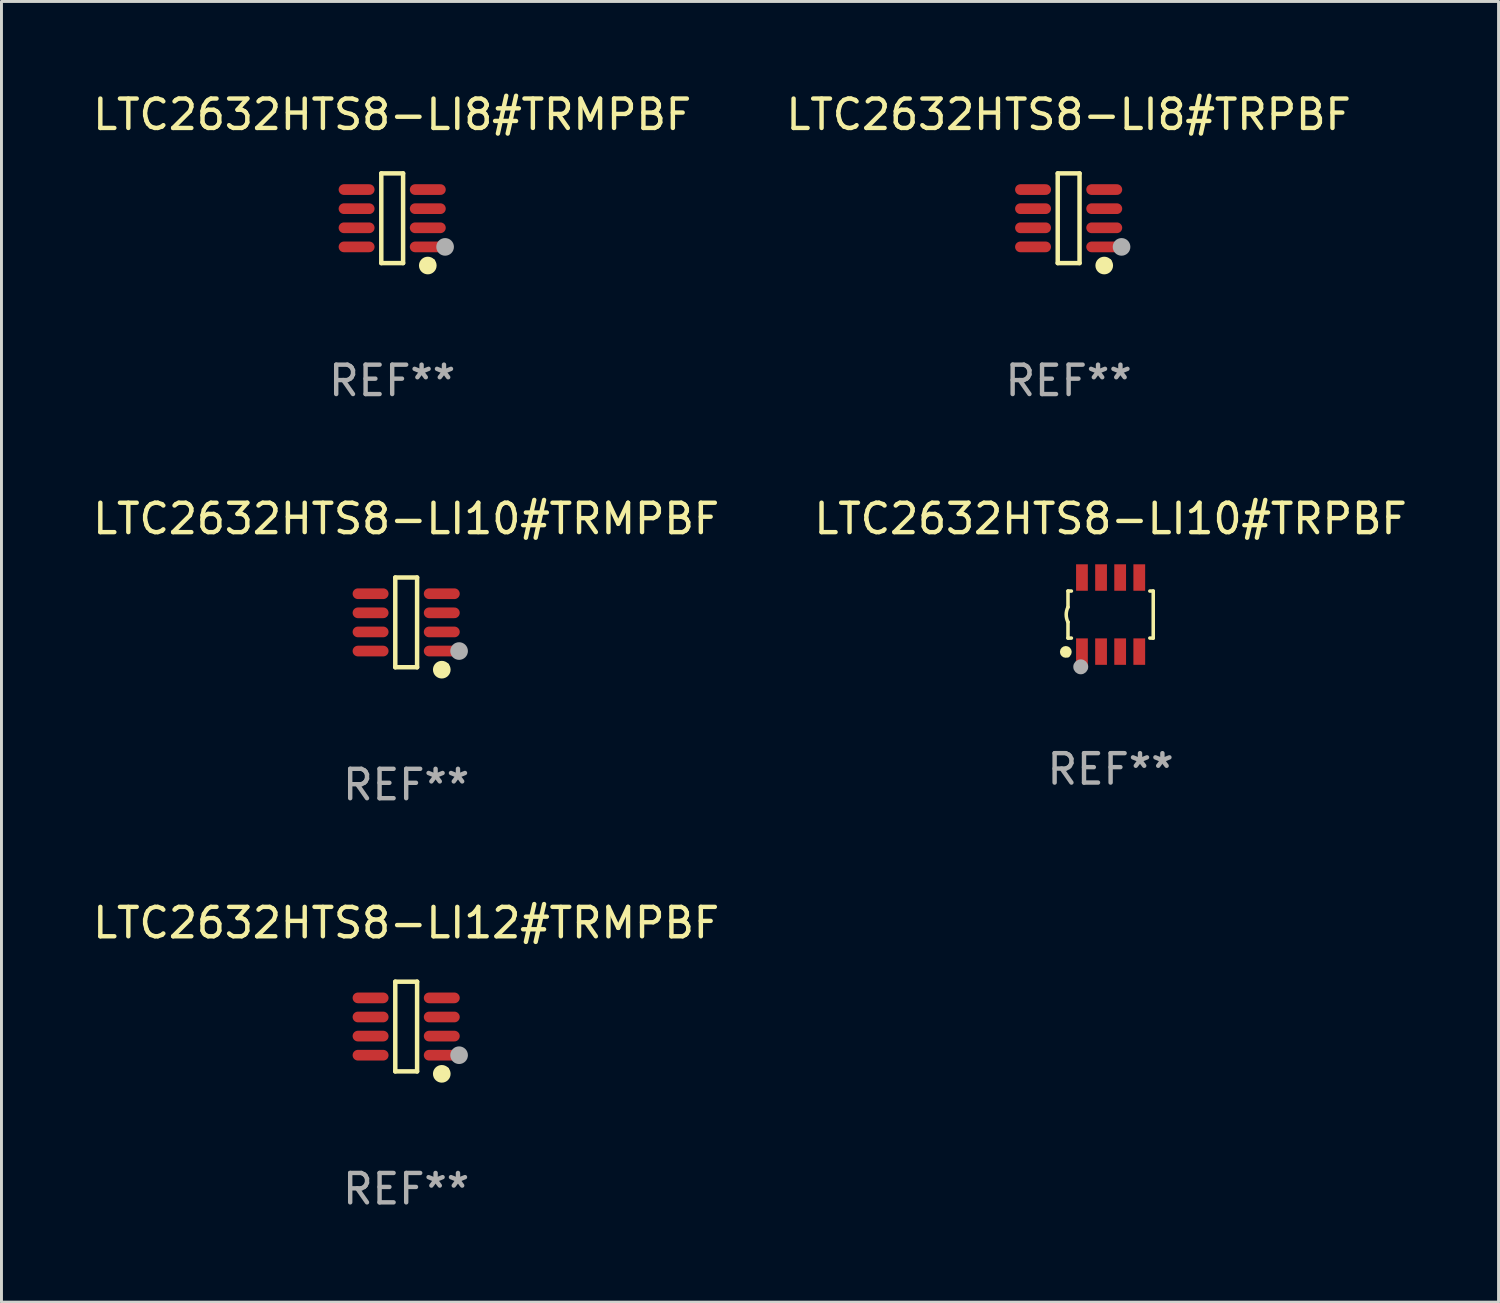
<source format=kicad_pcb>
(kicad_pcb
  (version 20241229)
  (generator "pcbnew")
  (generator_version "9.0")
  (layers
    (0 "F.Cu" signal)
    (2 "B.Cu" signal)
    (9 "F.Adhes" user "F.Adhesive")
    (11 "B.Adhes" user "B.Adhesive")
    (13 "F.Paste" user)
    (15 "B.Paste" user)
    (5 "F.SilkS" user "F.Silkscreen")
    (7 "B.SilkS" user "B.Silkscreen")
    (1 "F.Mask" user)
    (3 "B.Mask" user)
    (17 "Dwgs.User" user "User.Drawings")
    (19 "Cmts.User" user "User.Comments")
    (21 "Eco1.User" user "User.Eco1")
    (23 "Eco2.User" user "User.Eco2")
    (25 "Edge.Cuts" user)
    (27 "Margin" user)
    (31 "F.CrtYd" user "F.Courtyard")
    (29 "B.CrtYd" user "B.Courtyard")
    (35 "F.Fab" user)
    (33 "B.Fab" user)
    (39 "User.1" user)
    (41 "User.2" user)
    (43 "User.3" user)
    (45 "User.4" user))
  (footprint "LTC2632HTS8-LI8#TRMPBF"
    (layer "F.Cu")
    (at 10.292 4.374)
    (property "Reference" "LTC2632HTS8-LI8#TRMPBF" (at 0 -3.526 0) (layer "F.SilkS") (effects (font (size 1 1) (thickness 0.15))))
    (attr through_hole)
    (fp_line (start -0.371 -1.526) (end 0.371 -1.526) (stroke (width 0.152) (type solid)) (layer "F.SilkS"))
    (fp_line (start -0.371 1.526) (end -0.371 -1.526) (stroke (width 0.152) (type solid)) (layer "F.SilkS"))
    (fp_line (start 0.371 -1.526) (end 0.371 1.526) (stroke (width 0.152) (type solid)) (layer "F.SilkS"))
    (fp_line (start 0.371 1.526) (end -0.371 1.526) (stroke (width 0.152) (type solid)) (layer "F.SilkS"))
    (fp_circle (center 1.211 1.609) (end 1.361 1.609) (stroke (width 0.3) (type solid)) (fill no) (layer "F.SilkS"))
    (fp_circle (center 1.4 1.45) (end 1.43 1.45) (stroke (width 0.06) (type solid)) (fill no) (layer "F.SilkS"))
    (fp_circle (center 1.8 0.975) (end 1.95 0.975) (stroke (width 0.3) (type solid)) (fill no) (layer "F.Fab"))
    (fp_text user "REF**" (at 0 5.526 0) (layer "F.Fab") (effects (font (size 1 1) (thickness 0.15))))
    (pad "1" smd oval (at 1.211 0.975) (size 1.222 0.364) (layers "F.Cu" "F.Mask" "F.Paste"))
    (pad "2" smd oval (at 1.211 0.325) (size 1.222 0.364) (layers "F.Cu" "F.Mask" "F.Paste"))
    (pad "3" smd oval (at 1.211 -0.325) (size 1.222 0.364) (layers "F.Cu" "F.Mask" "F.Paste"))
    (pad "4" smd oval (at 1.211 -0.975) (size 1.222 0.364) (layers "F.Cu" "F.Mask" "F.Paste"))
    (pad "5" smd oval (at -1.211 -0.975) (size 1.222 0.364) (layers "F.Cu" "F.Mask" "F.Paste"))
    (pad "6" smd oval (at -1.211 -0.325) (size 1.222 0.364) (layers "F.Cu" "F.Mask" "F.Paste"))
    (pad "7" smd oval (at -1.211 0.325) (size 1.222 0.364) (layers "F.Cu" "F.Mask" "F.Paste"))
    (pad "8" smd oval (at -1.211 0.975) (size 1.222 0.364) (layers "F.Cu" "F.Mask" "F.Paste")))
  (footprint "LTC2632HTS8-LI8#TRPBF"
    (layer "F.Cu")
    (at 33.304 4.374)
    (property "Reference" "LTC2632HTS8-LI8#TRPBF" (at 0 -3.526 0) (layer "F.SilkS") (effects (font (size 1 1) (thickness 0.15))))
    (attr through_hole)
    (fp_line (start -0.371 -1.526) (end 0.371 -1.526) (stroke (width 0.152) (type solid)) (layer "F.SilkS"))
    (fp_line (start -0.371 1.526) (end -0.371 -1.526) (stroke (width 0.152) (type solid)) (layer "F.SilkS"))
    (fp_line (start 0.371 -1.526) (end 0.371 1.526) (stroke (width 0.152) (type solid)) (layer "F.SilkS"))
    (fp_line (start 0.371 1.526) (end -0.371 1.526) (stroke (width 0.152) (type solid)) (layer "F.SilkS"))
    (fp_circle (center 1.211 1.609) (end 1.361 1.609) (stroke (width 0.3) (type solid)) (fill no) (layer "F.SilkS"))
    (fp_circle (center 1.4 1.45) (end 1.43 1.45) (stroke (width 0.06) (type solid)) (fill no) (layer "F.SilkS"))
    (fp_circle (center 1.8 0.975) (end 1.95 0.975) (stroke (width 0.3) (type solid)) (fill no) (layer "F.Fab"))
    (fp_text user "REF**" (at 0 5.526 0) (layer "F.Fab") (effects (font (size 1 1) (thickness 0.15))))
    (pad "1" smd oval (at 1.211 0.975) (size 1.222 0.364) (layers "F.Cu" "F.Mask" "F.Paste"))
    (pad "2" smd oval (at 1.211 0.325) (size 1.222 0.364) (layers "F.Cu" "F.Mask" "F.Paste"))
    (pad "3" smd oval (at 1.211 -0.325) (size 1.222 0.364) (layers "F.Cu" "F.Mask" "F.Paste"))
    (pad "4" smd oval (at 1.211 -0.975) (size 1.222 0.364) (layers "F.Cu" "F.Mask" "F.Paste"))
    (pad "5" smd oval (at -1.211 -0.975) (size 1.222 0.364) (layers "F.Cu" "F.Mask" "F.Paste"))
    (pad "6" smd oval (at -1.211 -0.325) (size 1.222 0.364) (layers "F.Cu" "F.Mask" "F.Paste"))
    (pad "7" smd oval (at -1.211 0.325) (size 1.222 0.364) (layers "F.Cu" "F.Mask" "F.Paste"))
    (pad "8" smd oval (at -1.211 0.975) (size 1.222 0.364) (layers "F.Cu" "F.Mask" "F.Paste")))
  (footprint "LTC2632HTS8-LI12#TRMPBF"
    (layer "F.Cu")
    (at 10.768 31.872)
    (property "Reference" "LTC2632HTS8-LI12#TRMPBF" (at 0 -3.526 0) (layer "F.SilkS") (effects (font (size 1 1) (thickness 0.15))))
    (attr through_hole)
    (fp_line (start -0.371 -1.526) (end 0.371 -1.526) (stroke (width 0.152) (type solid)) (layer "F.SilkS"))
    (fp_line (start -0.371 1.526) (end -0.371 -1.526) (stroke (width 0.152) (type solid)) (layer "F.SilkS"))
    (fp_line (start 0.371 -1.526) (end 0.371 1.526) (stroke (width 0.152) (type solid)) (layer "F.SilkS"))
    (fp_line (start 0.371 1.526) (end -0.371 1.526) (stroke (width 0.152) (type solid)) (layer "F.SilkS"))
    (fp_circle (center 1.211 1.609) (end 1.361 1.609) (stroke (width 0.3) (type solid)) (fill no) (layer "F.SilkS"))
    (fp_circle (center 1.4 1.45) (end 1.43 1.45) (stroke (width 0.06) (type solid)) (fill no) (layer "F.SilkS"))
    (fp_circle (center 1.8 0.975) (end 1.95 0.975) (stroke (width 0.3) (type solid)) (fill no) (layer "F.Fab"))
    (fp_text user "REF**" (at 0 5.526 0) (layer "F.Fab") (effects (font (size 1 1) (thickness 0.15))))
    (pad "1" smd oval (at 1.211 0.975) (size 1.222 0.364) (layers "F.Cu" "F.Mask" "F.Paste"))
    (pad "2" smd oval (at 1.211 0.325) (size 1.222 0.364) (layers "F.Cu" "F.Mask" "F.Paste"))
    (pad "3" smd oval (at 1.211 -0.325) (size 1.222 0.364) (layers "F.Cu" "F.Mask" "F.Paste"))
    (pad "4" smd oval (at 1.211 -0.975) (size 1.222 0.364) (layers "F.Cu" "F.Mask" "F.Paste"))
    (pad "5" smd oval (at -1.211 -0.975) (size 1.222 0.364) (layers "F.Cu" "F.Mask" "F.Paste"))
    (pad "6" smd oval (at -1.211 -0.325) (size 1.222 0.364) (layers "F.Cu" "F.Mask" "F.Paste"))
    (pad "7" smd oval (at -1.211 0.325) (size 1.222 0.364) (layers "F.Cu" "F.Mask" "F.Paste"))
    (pad "8" smd oval (at -1.211 0.975) (size 1.222 0.364) (layers "F.Cu" "F.Mask" "F.Paste")))
  (footprint "LTC2632HTS8-LI10#TRMPBF"
    (layer "F.Cu")
    (at 10.768 18.123)
    (property "Reference" "LTC2632HTS8-LI10#TRMPBF" (at 0 -3.526 0) (layer "F.SilkS") (effects (font (size 1 1) (thickness 0.15))))
    (attr through_hole)
    (fp_line (start -0.371 -1.526) (end 0.371 -1.526) (stroke (width 0.152) (type solid)) (layer "F.SilkS"))
    (fp_line (start -0.371 1.526) (end -0.371 -1.526) (stroke (width 0.152) (type solid)) (layer "F.SilkS"))
    (fp_line (start 0.371 -1.526) (end 0.371 1.526) (stroke (width 0.152) (type solid)) (layer "F.SilkS"))
    (fp_line (start 0.371 1.526) (end -0.371 1.526) (stroke (width 0.152) (type solid)) (layer "F.SilkS"))
    (fp_circle (center 1.211 1.609) (end 1.361 1.609) (stroke (width 0.3) (type solid)) (fill no) (layer "F.SilkS"))
    (fp_circle (center 1.4 1.45) (end 1.43 1.45) (stroke (width 0.06) (type solid)) (fill no) (layer "F.SilkS"))
    (fp_circle (center 1.8 0.975) (end 1.95 0.975) (stroke (width 0.3) (type solid)) (fill no) (layer "F.Fab"))
    (fp_text user "REF**" (at 0 5.526 0) (layer "F.Fab") (effects (font (size 1 1) (thickness 0.15))))
    (pad "1" smd oval (at 1.211 0.975) (size 1.222 0.364) (layers "F.Cu" "F.Mask" "F.Paste"))
    (pad "2" smd oval (at 1.211 0.325) (size 1.222 0.364) (layers "F.Cu" "F.Mask" "F.Paste"))
    (pad "3" smd oval (at 1.211 -0.325) (size 1.222 0.364) (layers "F.Cu" "F.Mask" "F.Paste"))
    (pad "4" smd oval (at 1.211 -0.975) (size 1.222 0.364) (layers "F.Cu" "F.Mask" "F.Paste"))
    (pad "5" smd oval (at -1.211 -0.975) (size 1.222 0.364) (layers "F.Cu" "F.Mask" "F.Paste"))
    (pad "6" smd oval (at -1.211 -0.325) (size 1.222 0.364) (layers "F.Cu" "F.Mask" "F.Paste"))
    (pad "7" smd oval (at -1.211 0.325) (size 1.222 0.364) (layers "F.Cu" "F.Mask" "F.Paste"))
    (pad "8" smd oval (at -1.211 0.975) (size 1.222 0.364) (layers "F.Cu" "F.Mask" "F.Paste")))
  (footprint "LTC2632HTS8-LI10#TRPBF"
    (layer "F.Cu")
    (at 34.732 17.857)
    (property "Reference" "LTC2632HTS8-LI10#TRPBF" (at 0 -3.26 0) (layer "F.SilkS") (effects (font (size 1 1) (thickness 0.15))))
    (attr through_hole)
    (fp_line (start -1.45 -0.8) (end -1.45 -0.254) (stroke (width 0.12) (type solid)) (layer "F.SilkS"))
    (fp_line (start -1.45 -0.8) (end -1.334 -0.8) (stroke (width 0.12) (type solid)) (layer "F.SilkS"))
    (fp_line (start -1.45 0.8) (end -1.45 0.254) (stroke (width 0.12) (type solid)) (layer "F.SilkS"))
    (fp_line (start -1.45 0.8) (end -1.334 0.8) (stroke (width 0.12) (type solid)) (layer "F.SilkS"))
    (fp_line (start 1.334 -0.8) (end 1.45 -0.8) (stroke (width 0.12) (type solid)) (layer "F.SilkS"))
    (fp_line (start 1.334 0.8) (end 1.45 0.8) (stroke (width 0.12) (type solid)) (layer "F.SilkS"))
    (fp_line (start 1.45 0.8) (end 1.45 -0.8) (stroke (width 0.12) (type solid)) (layer "F.SilkS"))
    (fp_arc (start -1.45075 0.255144) (mid -1.510605 0.000434) (end -1.450013 -0.254102) (stroke (width 0.11999) (type solid)) (layer "F.SilkS"))
    (fp_circle (center -1.524 1.27) (end -1.424 1.27) (stroke (width 0.2) (type solid)) (fill no) (layer "F.SilkS"))
    (fp_circle (center -1.45 1.4) (end -1.42 1.4) (stroke (width 0.06) (type solid)) (fill no) (layer "F.SilkS"))
    (fp_circle (center -1.016 1.778) (end -0.889 1.778) (stroke (width 0.254) (type solid)) (fill no) (layer "F.Fab"))
    (fp_text user "REF**" (at 0 5.26 0) (layer "F.Fab") (effects (font (size 1 1) (thickness 0.15))))
    (pad "1" smd rect (at -0.975 1.26) (size 0.4 0.9) (layers "F.Cu" "F.Mask" "F.Paste"))
    (pad "2" smd rect (at -0.325 1.26) (size 0.4 0.9) (layers "F.Cu" "F.Mask" "F.Paste"))
    (pad "3" smd rect (at 0.325 1.26) (size 0.4 0.9) (layers "F.Cu" "F.Mask" "F.Paste"))
    (pad "4" smd rect (at 0.975 1.26) (size 0.4 0.9) (layers "F.Cu" "F.Mask" "F.Paste"))
    (pad "5" smd rect (at 0.975 -1.26) (size 0.4 0.9) (layers "F.Cu" "F.Mask" "F.Paste"))
    (pad "6" smd rect (at 0.325 -1.26) (size 0.4 0.9) (layers "F.Cu" "F.Mask" "F.Paste"))
    (pad "7" smd rect (at -0.325 -1.26) (size 0.4 0.9) (layers "F.Cu" "F.Mask" "F.Paste"))
    (pad "8" smd rect (at -0.975 -1.26) (size 0.4 0.9) (layers "F.Cu" "F.Mask" "F.Paste")))
  (gr_rect
    (start -3 -3)
    (end 47.929 41.247)
    (stroke (width 0.1) (type default))
    (fill no)
    (layer "Edge.Cuts")))
</source>
